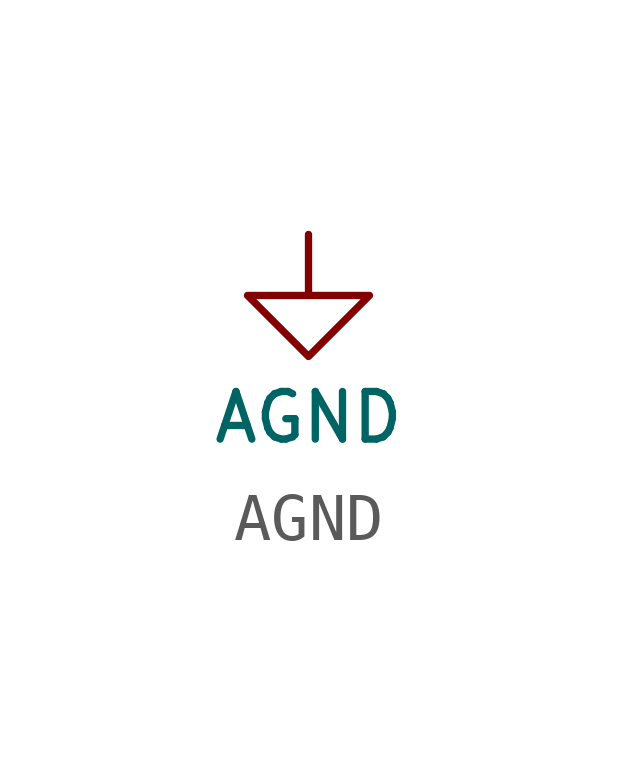
<source format=kicad_sym>
(kicad_symbol_lib
  (version 20220914)
  (generator kicad_symbol_editor)
  (symbol "AGND"
    (power)
    (pin_numbers hide)
    (pin_names
      (offset 0) hide)
    (property "Reference" "#PWR"
      (at 0 2.54 0)
      (effects (font (size 1.524 1.524)) hide))
    (property "Value" "AGND"
      (at 0 -2.54 0)
      (effects (font (size 0.991 0.991))))
    (property "Footprint" ""
      (at 0 0 0)
      (effects (font (size 1.524 1.524))))
    (property "Datasheet" ""
      (at 0 0 0)
      (effects (font (size 1.524 1.524))))
    (symbol "AGND_0_1"
      (polyline (pts (xy -1.27 0) (xy 1.27 0) (xy 0 -1.27) (xy -1.27 0)) (stroke (width 0) (type default)) (fill (type none))))
    (symbol "AGND_1_1"
      (pin power_in line (at 0 1.27 270) (length 1.27) (name "AGND" (effects (font (size 1.27 1.27)))) (number "1" (effects (font (size 1.27 1.27))))))))
</source>
